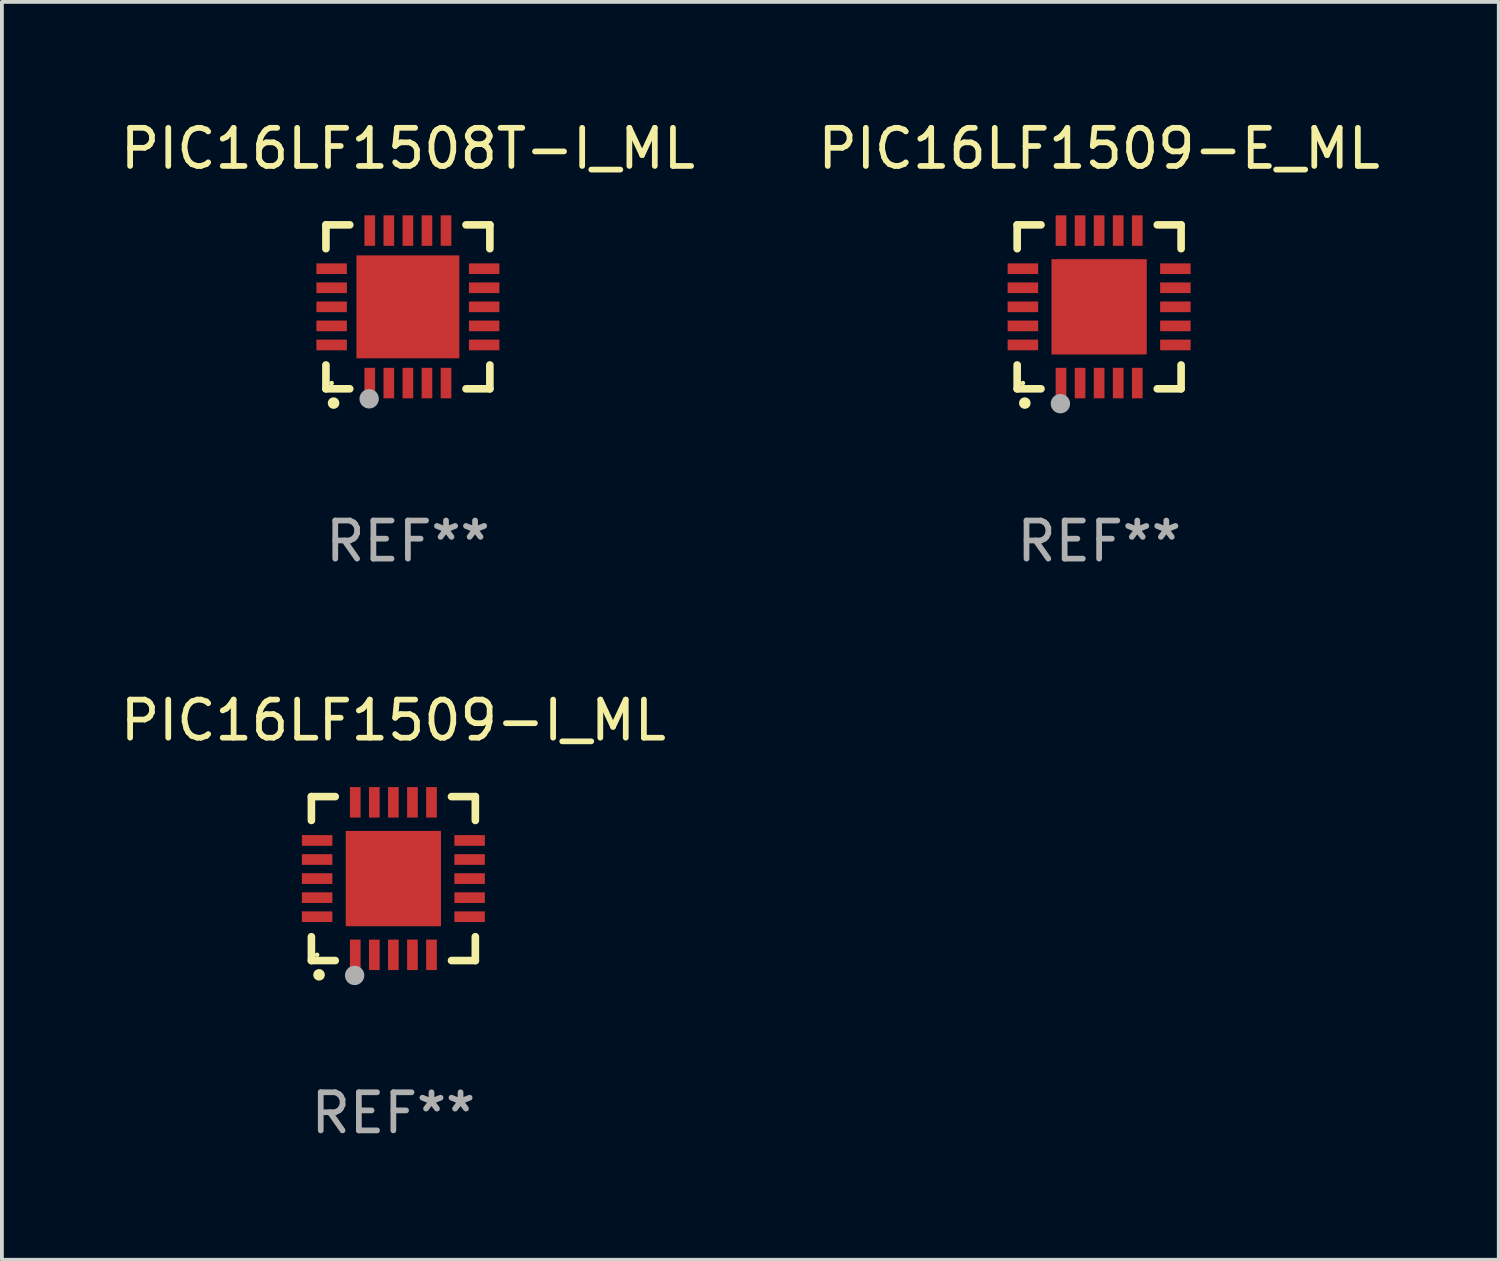
<source format=kicad_pcb>
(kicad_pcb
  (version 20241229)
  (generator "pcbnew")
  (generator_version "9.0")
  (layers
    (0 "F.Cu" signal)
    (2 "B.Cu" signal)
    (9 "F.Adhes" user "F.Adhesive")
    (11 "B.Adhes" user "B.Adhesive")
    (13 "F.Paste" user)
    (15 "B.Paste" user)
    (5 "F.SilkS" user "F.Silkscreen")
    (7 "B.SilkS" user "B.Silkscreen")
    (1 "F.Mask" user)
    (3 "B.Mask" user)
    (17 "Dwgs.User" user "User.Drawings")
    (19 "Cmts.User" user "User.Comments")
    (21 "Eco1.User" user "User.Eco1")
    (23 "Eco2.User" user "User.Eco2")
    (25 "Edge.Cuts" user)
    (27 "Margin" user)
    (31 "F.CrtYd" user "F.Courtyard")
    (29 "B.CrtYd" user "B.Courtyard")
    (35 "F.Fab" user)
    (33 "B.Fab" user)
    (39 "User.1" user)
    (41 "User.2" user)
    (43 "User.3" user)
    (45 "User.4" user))
  (footprint "PIC16LF1508T-I_ML"
    (layer "F.Cu")
    (at 7.649 4.998)
    (property "Reference" "PIC16LF1508T-I_ML" (at 0 -4.15 0) (layer "F.SilkS") (effects (font (size 1 1) (thickness 0.15))))
    (attr through_hole)
    (fp_line (start -2.15 -2.15) (end -2.15 -1.525) (stroke (width 0.2) (type solid)) (layer "F.SilkS"))
    (fp_line (start -2.15 2.15) (end -2.15 1.525) (stroke (width 0.2) (type solid)) (layer "F.SilkS"))
    (fp_line (start -1.525 -2.15) (end -2.15 -2.15) (stroke (width 0.2) (type solid)) (layer "F.SilkS"))
    (fp_line (start -1.525 2.15) (end -2.15 2.15) (stroke (width 0.2) (type solid)) (layer "F.SilkS"))
    (fp_line (start 1.525 2.15) (end 2.15 2.15) (stroke (width 0.2) (type solid)) (layer "F.SilkS"))
    (fp_line (start 2.15 -2.15) (end 1.525 -2.15) (stroke (width 0.2) (type solid)) (layer "F.SilkS"))
    (fp_line (start 2.15 -1.525) (end 2.15 -2.15) (stroke (width 0.2) (type solid)) (layer "F.SilkS"))
    (fp_line (start 2.15 2.15) (end 2.15 1.525) (stroke (width 0.2) (type solid)) (layer "F.SilkS"))
    (fp_arc (start -1.950724 2.524765) (mid -1.949454 2.52476) (end -1.948184 2.524765) (stroke (width 0.3) (type solid)) (layer "F.SilkS"))
    (fp_circle (center -2 2) (end -1.97 2) (stroke (width 0.06) (type solid)) (fill no) (layer "F.SilkS"))
    (fp_circle (center -1.016 2.413) (end -0.889 2.413) (stroke (width 0.254) (type solid)) (fill no) (layer "F.Fab"))
    (fp_text user "REF**" (at 0 6.15 0) (layer "F.Fab") (effects (font (size 1 1) (thickness 0.15))))
    (pad "1" smd rect (at -1 2) (size 0.28 0.8) (layers "F.Cu" "F.Mask" "F.Paste"))
    (pad "2" smd rect (at -0.5 2) (size 0.28 0.8) (layers "F.Cu" "F.Mask" "F.Paste"))
    (pad "3" smd rect (at 0 2) (size 0.28 0.8) (layers "F.Cu" "F.Mask" "F.Paste"))
    (pad "4" smd rect (at 0.5 2) (size 0.28 0.8) (layers "F.Cu" "F.Mask" "F.Paste"))
    (pad "5" smd rect (at 1 2) (size 0.28 0.8) (layers "F.Cu" "F.Mask" "F.Paste"))
    (pad "6" smd rect (at 2 1) (size 0.8 0.28) (layers "F.Cu" "F.Mask" "F.Paste"))
    (pad "7" smd rect (at 2 0.5) (size 0.8 0.28) (layers "F.Cu" "F.Mask" "F.Paste"))
    (pad "8" smd rect (at 2 0) (size 0.8 0.28) (layers "F.Cu" "F.Mask" "F.Paste"))
    (pad "9" smd rect (at 2 -0.5) (size 0.8 0.28) (layers "F.Cu" "F.Mask" "F.Paste"))
    (pad "10" smd rect (at 2 -1) (size 0.8 0.28) (layers "F.Cu" "F.Mask" "F.Paste"))
    (pad "11" smd rect (at 1 -2) (size 0.28 0.8) (layers "F.Cu" "F.Mask" "F.Paste"))
    (pad "12" smd rect (at 0.5 -2) (size 0.28 0.8) (layers "F.Cu" "F.Mask" "F.Paste"))
    (pad "13" smd rect (at 0 -2) (size 0.28 0.8) (layers "F.Cu" "F.Mask" "F.Paste"))
    (pad "14" smd rect (at -0.5 -2) (size 0.28 0.8) (layers "F.Cu" "F.Mask" "F.Paste"))
    (pad "15" smd rect (at -1 -2) (size 0.28 0.8) (layers "F.Cu" "F.Mask" "F.Paste"))
    (pad "16" smd rect (at -2 -1) (size 0.8 0.28) (layers "F.Cu" "F.Mask" "F.Paste"))
    (pad "17" smd rect (at -2 -0.5) (size 0.8 0.28) (layers "F.Cu" "F.Mask" "F.Paste"))
    (pad "18" smd rect (at -2 0) (size 0.8 0.28) (layers "F.Cu" "F.Mask" "F.Paste"))
    (pad "19" smd rect (at -2 0.5) (size 0.8 0.28) (layers "F.Cu" "F.Mask" "F.Paste"))
    (pad "20" smd rect (at -2 1) (size 0.8 0.28) (layers "F.Cu" "F.Mask" "F.Paste"))
    (pad "21" smd rect (at 0 0) (size 2.7 2.7) (layers "F.Cu" "F.Mask" "F.Paste")))
  (footprint "PIC16LF1509-E_ML"
    (layer "F.Cu")
    (at 25.78 4.998)
    (property "Reference" "PIC16LF1509-E_ML" (at 0 -4.15 0) (layer "F.SilkS") (effects (font (size 1 1) (thickness 0.15))))
    (attr through_hole)
    (fp_line (start -2.15 -2.15) (end -2.15 -1.525) (stroke (width 0.2) (type solid)) (layer "F.SilkS"))
    (fp_line (start -2.15 2.15) (end -2.15 1.525) (stroke (width 0.2) (type solid)) (layer "F.SilkS"))
    (fp_line (start -1.525 -2.15) (end -2.15 -2.15) (stroke (width 0.2) (type solid)) (layer "F.SilkS"))
    (fp_line (start -1.525 2.15) (end -2.15 2.15) (stroke (width 0.2) (type solid)) (layer "F.SilkS"))
    (fp_line (start 1.525 2.15) (end 2.15 2.15) (stroke (width 0.2) (type solid)) (layer "F.SilkS"))
    (fp_line (start 2.15 -2.15) (end 1.525 -2.15) (stroke (width 0.2) (type solid)) (layer "F.SilkS"))
    (fp_line (start 2.15 -1.525) (end 2.15 -2.15) (stroke (width 0.2) (type solid)) (layer "F.SilkS"))
    (fp_line (start 2.15 2.15) (end 2.15 1.525) (stroke (width 0.2) (type solid)) (layer "F.SilkS"))
    (fp_arc (start -1.950724 2.524765) (mid -1.949454 2.52476) (end -1.948184 2.524765) (stroke (width 0.3) (type solid)) (layer "F.SilkS"))
    (fp_circle (center -2 2) (end -1.97 2) (stroke (width 0.06) (type solid)) (fill no) (layer "F.SilkS"))
    (fp_circle (center -1.016 2.54) (end -0.889 2.54) (stroke (width 0.254) (type solid)) (fill no) (layer "F.Fab"))
    (fp_text user "REF**" (at 0 6.15 0) (layer "F.Fab") (effects (font (size 1 1) (thickness 0.15))))
    (pad "1" smd rect (at -1 2) (size 0.28 0.8) (layers "F.Cu" "F.Mask" "F.Paste"))
    (pad "2" smd rect (at -0.5 2) (size 0.28 0.8) (layers "F.Cu" "F.Mask" "F.Paste"))
    (pad "3" smd rect (at 0 2) (size 0.28 0.8) (layers "F.Cu" "F.Mask" "F.Paste"))
    (pad "4" smd rect (at 0.5 2) (size 0.28 0.8) (layers "F.Cu" "F.Mask" "F.Paste"))
    (pad "5" smd rect (at 1 2) (size 0.28 0.8) (layers "F.Cu" "F.Mask" "F.Paste"))
    (pad "6" smd rect (at 2 1) (size 0.8 0.28) (layers "F.Cu" "F.Mask" "F.Paste"))
    (pad "7" smd rect (at 2 0.5) (size 0.8 0.28) (layers "F.Cu" "F.Mask" "F.Paste"))
    (pad "8" smd rect (at 2 0) (size 0.8 0.28) (layers "F.Cu" "F.Mask" "F.Paste"))
    (pad "9" smd rect (at 2 -0.5) (size 0.8 0.28) (layers "F.Cu" "F.Mask" "F.Paste"))
    (pad "10" smd rect (at 2 -1) (size 0.8 0.28) (layers "F.Cu" "F.Mask" "F.Paste"))
    (pad "11" smd rect (at 1 -2) (size 0.28 0.8) (layers "F.Cu" "F.Mask" "F.Paste"))
    (pad "12" smd rect (at 0.5 -2) (size 0.28 0.8) (layers "F.Cu" "F.Mask" "F.Paste"))
    (pad "13" smd rect (at 0 -2) (size 0.28 0.8) (layers "F.Cu" "F.Mask" "F.Paste"))
    (pad "14" smd rect (at -0.5 -2) (size 0.28 0.8) (layers "F.Cu" "F.Mask" "F.Paste"))
    (pad "15" smd rect (at -1 -2) (size 0.28 0.8) (layers "F.Cu" "F.Mask" "F.Paste"))
    (pad "16" smd rect (at -2 -1) (size 0.8 0.28) (layers "F.Cu" "F.Mask" "F.Paste"))
    (pad "17" smd rect (at -2 -0.5) (size 0.8 0.28) (layers "F.Cu" "F.Mask" "F.Paste"))
    (pad "18" smd rect (at -2 0) (size 0.8 0.28) (layers "F.Cu" "F.Mask" "F.Paste"))
    (pad "19" smd rect (at -2 0.5) (size 0.8 0.28) (layers "F.Cu" "F.Mask" "F.Paste"))
    (pad "20" smd rect (at -2 1) (size 0.8 0.28) (layers "F.Cu" "F.Mask" "F.Paste"))
    (pad "21" smd rect (at 0 0) (size 2.5 2.5) (layers "F.Cu" "F.Mask" "F.Paste")))
  (footprint "PIC16LF1509-I_ML"
    (layer "F.Cu")
    (at 7.268 19.995)
    (property "Reference" "PIC16LF1509-I_ML" (at 0 -4.15 0) (layer "F.SilkS") (effects (font (size 1 1) (thickness 0.15))))
    (attr through_hole)
    (fp_line (start -2.15 -2.15) (end -2.15 -1.525) (stroke (width 0.2) (type solid)) (layer "F.SilkS"))
    (fp_line (start -2.15 2.15) (end -2.15 1.525) (stroke (width 0.2) (type solid)) (layer "F.SilkS"))
    (fp_line (start -1.525 -2.15) (end -2.15 -2.15) (stroke (width 0.2) (type solid)) (layer "F.SilkS"))
    (fp_line (start -1.525 2.15) (end -2.15 2.15) (stroke (width 0.2) (type solid)) (layer "F.SilkS"))
    (fp_line (start 1.525 2.15) (end 2.15 2.15) (stroke (width 0.2) (type solid)) (layer "F.SilkS"))
    (fp_line (start 2.15 -2.15) (end 1.525 -2.15) (stroke (width 0.2) (type solid)) (layer "F.SilkS"))
    (fp_line (start 2.15 -1.525) (end 2.15 -2.15) (stroke (width 0.2) (type solid)) (layer "F.SilkS"))
    (fp_line (start 2.15 2.15) (end 2.15 1.525) (stroke (width 0.2) (type solid)) (layer "F.SilkS"))
    (fp_arc (start -1.950724 2.524765) (mid -1.949454 2.52476) (end -1.948184 2.524765) (stroke (width 0.3) (type solid)) (layer "F.SilkS"))
    (fp_circle (center -2 2) (end -1.97 2) (stroke (width 0.06) (type solid)) (fill no) (layer "F.SilkS"))
    (fp_circle (center -1.016 2.54) (end -0.889 2.54) (stroke (width 0.254) (type solid)) (fill no) (layer "F.Fab"))
    (fp_text user "REF**" (at 0 6.15 0) (layer "F.Fab") (effects (font (size 1 1) (thickness 0.15))))
    (pad "1" smd rect (at -1 2) (size 0.28 0.8) (layers "F.Cu" "F.Mask" "F.Paste"))
    (pad "2" smd rect (at -0.5 2) (size 0.28 0.8) (layers "F.Cu" "F.Mask" "F.Paste"))
    (pad "3" smd rect (at 0 2) (size 0.28 0.8) (layers "F.Cu" "F.Mask" "F.Paste"))
    (pad "4" smd rect (at 0.5 2) (size 0.28 0.8) (layers "F.Cu" "F.Mask" "F.Paste"))
    (pad "5" smd rect (at 1 2) (size 0.28 0.8) (layers "F.Cu" "F.Mask" "F.Paste"))
    (pad "6" smd rect (at 2 1) (size 0.8 0.28) (layers "F.Cu" "F.Mask" "F.Paste"))
    (pad "7" smd rect (at 2 0.5) (size 0.8 0.28) (layers "F.Cu" "F.Mask" "F.Paste"))
    (pad "8" smd rect (at 2 0) (size 0.8 0.28) (layers "F.Cu" "F.Mask" "F.Paste"))
    (pad "9" smd rect (at 2 -0.5) (size 0.8 0.28) (layers "F.Cu" "F.Mask" "F.Paste"))
    (pad "10" smd rect (at 2 -1) (size 0.8 0.28) (layers "F.Cu" "F.Mask" "F.Paste"))
    (pad "11" smd rect (at 1 -2) (size 0.28 0.8) (layers "F.Cu" "F.Mask" "F.Paste"))
    (pad "12" smd rect (at 0.5 -2) (size 0.28 0.8) (layers "F.Cu" "F.Mask" "F.Paste"))
    (pad "13" smd rect (at 0 -2) (size 0.28 0.8) (layers "F.Cu" "F.Mask" "F.Paste"))
    (pad "14" smd rect (at -0.5 -2) (size 0.28 0.8) (layers "F.Cu" "F.Mask" "F.Paste"))
    (pad "15" smd rect (at -1 -2) (size 0.28 0.8) (layers "F.Cu" "F.Mask" "F.Paste"))
    (pad "16" smd rect (at -2 -1) (size 0.8 0.28) (layers "F.Cu" "F.Mask" "F.Paste"))
    (pad "17" smd rect (at -2 -0.5) (size 0.8 0.28) (layers "F.Cu" "F.Mask" "F.Paste"))
    (pad "18" smd rect (at -2 0) (size 0.8 0.28) (layers "F.Cu" "F.Mask" "F.Paste"))
    (pad "19" smd rect (at -2 0.5) (size 0.8 0.28) (layers "F.Cu" "F.Mask" "F.Paste"))
    (pad "20" smd rect (at -2 1) (size 0.8 0.28) (layers "F.Cu" "F.Mask" "F.Paste"))
    (pad "21" smd rect (at 0 0) (size 2.5 2.5) (layers "F.Cu" "F.Mask" "F.Paste")))
  (gr_rect
    (start -3 -3)
    (end 36.262 29.993)
    (stroke (width 0.1) (type default))
    (fill no)
    (layer "Edge.Cuts")))
</source>
